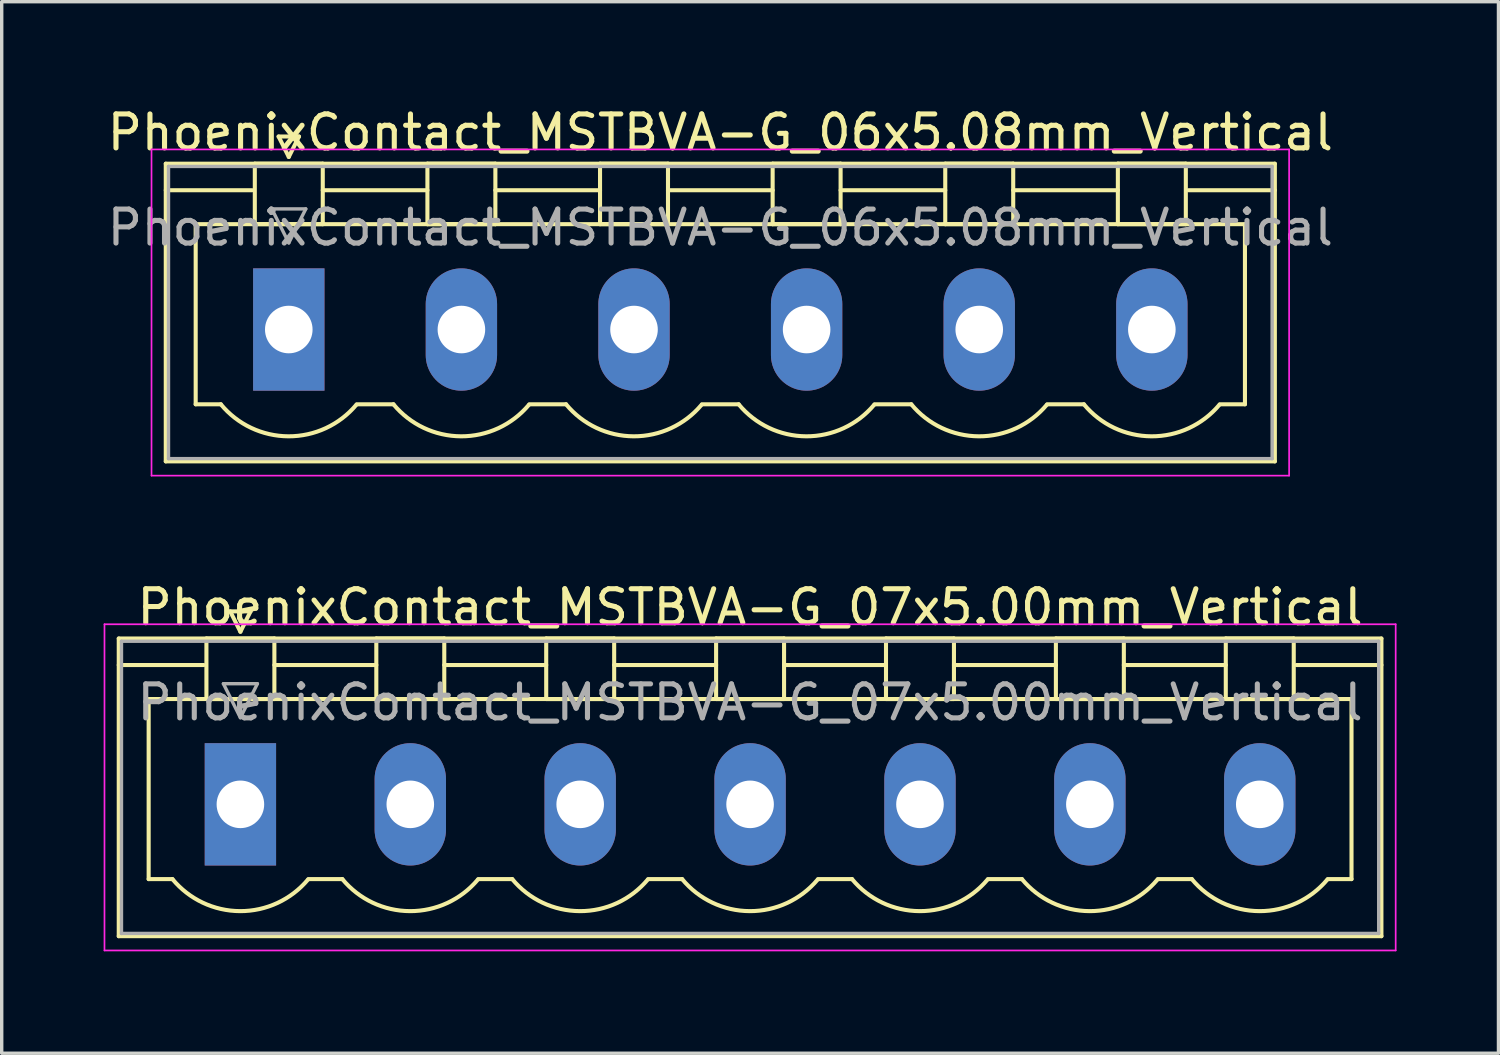
<source format=kicad_pcb>
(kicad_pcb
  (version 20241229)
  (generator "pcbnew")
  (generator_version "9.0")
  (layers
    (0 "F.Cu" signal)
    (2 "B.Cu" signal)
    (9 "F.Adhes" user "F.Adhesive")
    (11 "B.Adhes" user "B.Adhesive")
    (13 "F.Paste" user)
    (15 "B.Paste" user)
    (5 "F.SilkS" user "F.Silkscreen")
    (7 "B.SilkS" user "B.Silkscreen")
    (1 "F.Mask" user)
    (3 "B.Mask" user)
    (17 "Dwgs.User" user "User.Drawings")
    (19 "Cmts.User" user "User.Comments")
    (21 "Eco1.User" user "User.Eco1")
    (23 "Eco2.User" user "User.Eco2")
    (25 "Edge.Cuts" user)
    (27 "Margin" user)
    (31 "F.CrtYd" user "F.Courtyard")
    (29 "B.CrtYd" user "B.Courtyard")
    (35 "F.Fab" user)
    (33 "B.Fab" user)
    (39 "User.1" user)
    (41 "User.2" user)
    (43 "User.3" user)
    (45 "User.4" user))
  (footprint "PhoenixContact_MSTBVA-G_07x5.00mm_Vertical"
    (layer "F.Cu")
    (at 4.025 20.622)
    (property "Reference" "PhoenixContact_MSTBVA-G_07x5.00mm_Vertical" (at 15 -5.8 0) (layer "F.SilkS") (effects (font (size 1 1) (thickness 0.15))))
    (attr through_hole)
    (fp_line (start -3.58 -4.88) (end -3.58 3.88) (stroke (width 0.12) (type solid)) (layer "F.SilkS"))
    (fp_line (start -3.58 -4.1) (end -1.08 -4.1) (stroke (width 0.12) (type solid)) (layer "F.SilkS"))
    (fp_line (start -3.58 3.88) (end 33.58 3.88) (stroke (width 0.12) (type solid)) (layer "F.SilkS"))
    (fp_line (start -2.7 -3.1) (end 32.7 -3.1) (stroke (width 0.12) (type solid)) (layer "F.SilkS"))
    (fp_line (start -2.7 2.2) (end -2.7 -3.1) (stroke (width 0.12) (type solid)) (layer "F.SilkS"))
    (fp_line (start -2 2.2) (end -2.7 2.2) (stroke (width 0.12) (type solid)) (layer "F.SilkS"))
    (fp_line (start -1 -4.88) (end 1 -4.88) (stroke (width 0.12) (type solid)) (layer "F.SilkS"))
    (fp_line (start -1 -3.1) (end -1 -4.88) (stroke (width 0.12) (type solid)) (layer "F.SilkS"))
    (fp_line (start -0.3 -5.68) (end 0.3 -5.68) (stroke (width 0.12) (type solid)) (layer "F.SilkS"))
    (fp_line (start 0 -5.08) (end -0.3 -5.68) (stroke (width 0.12) (type solid)) (layer "F.SilkS"))
    (fp_line (start 0.3 -5.68) (end 0 -5.08) (stroke (width 0.12) (type solid)) (layer "F.SilkS"))
    (fp_line (start 1 -4.88) (end 1 -3.1) (stroke (width 0.12) (type solid)) (layer "F.SilkS"))
    (fp_line (start 1 -4.1) (end 4 -4.1) (stroke (width 0.12) (type solid)) (layer "F.SilkS"))
    (fp_line (start 1 -3.1) (end -1 -3.1) (stroke (width 0.12) (type solid)) (layer "F.SilkS"))
    (fp_line (start 2 2.2) (end 3 2.2) (stroke (width 0.12) (type solid)) (layer "F.SilkS"))
    (fp_line (start 4 -4.88) (end 6 -4.88) (stroke (width 0.12) (type solid)) (layer "F.SilkS"))
    (fp_line (start 4 -3.1) (end 4 -4.88) (stroke (width 0.12) (type solid)) (layer "F.SilkS"))
    (fp_line (start 6 -4.88) (end 6 -3.1) (stroke (width 0.12) (type solid)) (layer "F.SilkS"))
    (fp_line (start 6 -4.1) (end 9 -4.1) (stroke (width 0.12) (type solid)) (layer "F.SilkS"))
    (fp_line (start 6 -3.1) (end 4 -3.1) (stroke (width 0.12) (type solid)) (layer "F.SilkS"))
    (fp_line (start 7 2.2) (end 8 2.2) (stroke (width 0.12) (type solid)) (layer "F.SilkS"))
    (fp_line (start 9 -4.88) (end 11 -4.88) (stroke (width 0.12) (type solid)) (layer "F.SilkS"))
    (fp_line (start 9 -3.1) (end 9 -4.88) (stroke (width 0.12) (type solid)) (layer "F.SilkS"))
    (fp_line (start 11 -4.88) (end 11 -3.1) (stroke (width 0.12) (type solid)) (layer "F.SilkS"))
    (fp_line (start 11 -4.1) (end 14 -4.1) (stroke (width 0.12) (type solid)) (layer "F.SilkS"))
    (fp_line (start 11 -3.1) (end 9 -3.1) (stroke (width 0.12) (type solid)) (layer "F.SilkS"))
    (fp_line (start 12 2.2) (end 13 2.2) (stroke (width 0.12) (type solid)) (layer "F.SilkS"))
    (fp_line (start 14 -4.88) (end 16 -4.88) (stroke (width 0.12) (type solid)) (layer "F.SilkS"))
    (fp_line (start 14 -3.1) (end 14 -4.88) (stroke (width 0.12) (type solid)) (layer "F.SilkS"))
    (fp_line (start 16 -4.88) (end 16 -3.1) (stroke (width 0.12) (type solid)) (layer "F.SilkS"))
    (fp_line (start 16 -4.1) (end 19 -4.1) (stroke (width 0.12) (type solid)) (layer "F.SilkS"))
    (fp_line (start 16 -3.1) (end 14 -3.1) (stroke (width 0.12) (type solid)) (layer "F.SilkS"))
    (fp_line (start 17 2.2) (end 18 2.2) (stroke (width 0.12) (type solid)) (layer "F.SilkS"))
    (fp_line (start 19 -4.88) (end 21 -4.88) (stroke (width 0.12) (type solid)) (layer "F.SilkS"))
    (fp_line (start 19 -3.1) (end 19 -4.88) (stroke (width 0.12) (type solid)) (layer "F.SilkS"))
    (fp_line (start 21 -4.88) (end 21 -3.1) (stroke (width 0.12) (type solid)) (layer "F.SilkS"))
    (fp_line (start 21 -4.1) (end 24 -4.1) (stroke (width 0.12) (type solid)) (layer "F.SilkS"))
    (fp_line (start 21 -3.1) (end 19 -3.1) (stroke (width 0.12) (type solid)) (layer "F.SilkS"))
    (fp_line (start 22 2.2) (end 23 2.2) (stroke (width 0.12) (type solid)) (layer "F.SilkS"))
    (fp_line (start 24 -4.88) (end 26 -4.88) (stroke (width 0.12) (type solid)) (layer "F.SilkS"))
    (fp_line (start 24 -3.1) (end 24 -4.88) (stroke (width 0.12) (type solid)) (layer "F.SilkS"))
    (fp_line (start 26 -4.88) (end 26 -3.1) (stroke (width 0.12) (type solid)) (layer "F.SilkS"))
    (fp_line (start 26 -4.1) (end 29 -4.1) (stroke (width 0.12) (type solid)) (layer "F.SilkS"))
    (fp_line (start 26 -3.1) (end 24 -3.1) (stroke (width 0.12) (type solid)) (layer "F.SilkS"))
    (fp_line (start 27 2.2) (end 28 2.2) (stroke (width 0.12) (type solid)) (layer "F.SilkS"))
    (fp_line (start 29 -4.88) (end 31 -4.88) (stroke (width 0.12) (type solid)) (layer "F.SilkS"))
    (fp_line (start 29 -3.1) (end 29 -4.88) (stroke (width 0.12) (type solid)) (layer "F.SilkS"))
    (fp_line (start 31 -4.88) (end 31 -3.1) (stroke (width 0.12) (type solid)) (layer "F.SilkS"))
    (fp_line (start 31 -3.1) (end 29 -3.1) (stroke (width 0.12) (type solid)) (layer "F.SilkS"))
    (fp_line (start 32.7 -3.1) (end 32.7 2.2) (stroke (width 0.12) (type solid)) (layer "F.SilkS"))
    (fp_line (start 32.7 2.2) (end 32 2.2) (stroke (width 0.12) (type solid)) (layer "F.SilkS"))
    (fp_line (start 33.58 -4.88) (end -3.58 -4.88) (stroke (width 0.12) (type solid)) (layer "F.SilkS"))
    (fp_line (start 33.58 -4.1) (end 31.08 -4.1) (stroke (width 0.12) (type solid)) (layer "F.SilkS"))
    (fp_line (start 33.58 3.88) (end 33.58 -4.88) (stroke (width 0.12) (type solid)) (layer "F.SilkS"))
    (fp_arc (start 1.986842 2.215821) (mid -0.010289 3.142758) (end -2 2.2) (stroke (width 0.12) (type solid)) (layer "F.SilkS"))
    (fp_arc (start 6.986842 2.215821) (mid 4.989711 3.142758) (end 3 2.2) (stroke (width 0.12) (type solid)) (layer "F.SilkS"))
    (fp_arc (start 11.986842 2.215821) (mid 9.989711 3.142758) (end 8 2.2) (stroke (width 0.12) (type solid)) (layer "F.SilkS"))
    (fp_arc (start 16.986842 2.215821) (mid 14.989711 3.142758) (end 13 2.2) (stroke (width 0.12) (type solid)) (layer "F.SilkS"))
    (fp_arc (start 21.986842 2.215821) (mid 19.989711 3.142758) (end 18 2.2) (stroke (width 0.12) (type solid)) (layer "F.SilkS"))
    (fp_arc (start 26.986842 2.215821) (mid 24.989711 3.142758) (end 23 2.2) (stroke (width 0.12) (type solid)) (layer "F.SilkS"))
    (fp_arc (start 31.986842 2.215821) (mid 29.989711 3.142758) (end 28 2.2) (stroke (width 0.12) (type solid)) (layer "F.SilkS"))
    (fp_line (start -4 -5.3) (end -4 4.3) (stroke (width 0.05) (type solid)) (layer "F.CrtYd"))
    (fp_line (start -4 4.3) (end 34 4.3) (stroke (width 0.05) (type solid)) (layer "F.CrtYd"))
    (fp_line (start 34 -5.3) (end -4 -5.3) (stroke (width 0.05) (type solid)) (layer "F.CrtYd"))
    (fp_line (start 34 4.3) (end 34 -5.3) (stroke (width 0.05) (type solid)) (layer "F.CrtYd"))
    (fp_line (start -3.5 -4.8) (end -3.5 3.8) (stroke (width 0.1) (type solid)) (layer "F.Fab"))
    (fp_line (start -3.5 3.8) (end 33.5 3.8) (stroke (width 0.1) (type solid)) (layer "F.Fab"))
    (fp_line (start -0.5 -3.55) (end 0.5 -3.55) (stroke (width 0.1) (type solid)) (layer "F.Fab"))
    (fp_line (start 0 -2.55) (end -0.5 -3.55) (stroke (width 0.1) (type solid)) (layer "F.Fab"))
    (fp_line (start 0.5 -3.55) (end 0 -2.55) (stroke (width 0.1) (type solid)) (layer "F.Fab"))
    (fp_line (start 33.5 -4.8) (end -3.5 -4.8) (stroke (width 0.1) (type solid)) (layer "F.Fab"))
    (fp_line (start 33.5 3.8) (end 33.5 -4.8) (stroke (width 0.1) (type solid)) (layer "F.Fab"))
    (fp_text user "${REFERENCE}" (at 15 -3 0) (layer "F.Fab") (effects (font (size 1 1) (thickness 0.15))))
    (pad "1" thru_hole rect (at 0 0) (size 2.1 3.6) (drill 1.4) (layers "*.Cu" "*.Mask"))
    (pad "2" thru_hole oval (at 5 0) (size 2.1 3.6) (drill 1.4) (layers "*.Cu" "*.Mask"))
    (pad "3" thru_hole oval (at 10 0) (size 2.1 3.6) (drill 1.4) (layers "*.Cu" "*.Mask"))
    (pad "4" thru_hole oval (at 15 0) (size 2.1 3.6) (drill 1.4) (layers "*.Cu" "*.Mask"))
    (pad "5" thru_hole oval (at 20 0) (size 2.1 3.6) (drill 1.4) (layers "*.Cu" "*.Mask"))
    (pad "6" thru_hole oval (at 25 0) (size 2.1 3.6) (drill 1.4) (layers "*.Cu" "*.Mask"))
    (pad "7" thru_hole oval (at 30 0) (size 2.1 3.6) (drill 1.4) (layers "*.Cu" "*.Mask")))
  (footprint "PhoenixContact_MSTBVA-G_06x5.08mm_Vertical"
    (layer "F.Cu")
    (at 5.449 6.648)
    (property "Reference" "PhoenixContact_MSTBVA-G_06x5.08mm_Vertical" (at 12.7 -5.8 0) (layer "F.SilkS") (effects (font (size 1 1) (thickness 0.15))))
    (attr through_hole)
    (fp_line (start -3.62 -4.88) (end -3.62 3.88) (stroke (width 0.12) (type solid)) (layer "F.SilkS"))
    (fp_line (start -3.62 -4.1) (end -1.08 -4.1) (stroke (width 0.12) (type solid)) (layer "F.SilkS"))
    (fp_line (start -3.62 3.88) (end 29.02 3.88) (stroke (width 0.12) (type solid)) (layer "F.SilkS"))
    (fp_line (start -2.74 -3.1) (end 28.14 -3.1) (stroke (width 0.12) (type solid)) (layer "F.SilkS"))
    (fp_line (start -2.74 2.2) (end -2.74 -3.1) (stroke (width 0.12) (type solid)) (layer "F.SilkS"))
    (fp_line (start -2 2.2) (end -2.74 2.2) (stroke (width 0.12) (type solid)) (layer "F.SilkS"))
    (fp_line (start -1 -4.88) (end 1 -4.88) (stroke (width 0.12) (type solid)) (layer "F.SilkS"))
    (fp_line (start -1 -3.1) (end -1 -4.88) (stroke (width 0.12) (type solid)) (layer "F.SilkS"))
    (fp_line (start -0.3 -5.68) (end 0.3 -5.68) (stroke (width 0.12) (type solid)) (layer "F.SilkS"))
    (fp_line (start 0 -5.08) (end -0.3 -5.68) (stroke (width 0.12) (type solid)) (layer "F.SilkS"))
    (fp_line (start 0.3 -5.68) (end 0 -5.08) (stroke (width 0.12) (type solid)) (layer "F.SilkS"))
    (fp_line (start 1 -4.88) (end 1 -3.1) (stroke (width 0.12) (type solid)) (layer "F.SilkS"))
    (fp_line (start 1 -4.1) (end 4.08 -4.1) (stroke (width 0.12) (type solid)) (layer "F.SilkS"))
    (fp_line (start 1 -3.1) (end -1 -3.1) (stroke (width 0.12) (type solid)) (layer "F.SilkS"))
    (fp_line (start 2 2.2) (end 3.08 2.2) (stroke (width 0.12) (type solid)) (layer "F.SilkS"))
    (fp_line (start 4.08 -4.88) (end 6.08 -4.88) (stroke (width 0.12) (type solid)) (layer "F.SilkS"))
    (fp_line (start 4.08 -3.1) (end 4.08 -4.88) (stroke (width 0.12) (type solid)) (layer "F.SilkS"))
    (fp_line (start 6.08 -4.88) (end 6.08 -3.1) (stroke (width 0.12) (type solid)) (layer "F.SilkS"))
    (fp_line (start 6.08 -4.1) (end 9.16 -4.1) (stroke (width 0.12) (type solid)) (layer "F.SilkS"))
    (fp_line (start 6.08 -3.1) (end 4.08 -3.1) (stroke (width 0.12) (type solid)) (layer "F.SilkS"))
    (fp_line (start 7.08 2.2) (end 8.16 2.2) (stroke (width 0.12) (type solid)) (layer "F.SilkS"))
    (fp_line (start 9.16 -4.88) (end 11.16 -4.88) (stroke (width 0.12) (type solid)) (layer "F.SilkS"))
    (fp_line (start 9.16 -3.1) (end 9.16 -4.88) (stroke (width 0.12) (type solid)) (layer "F.SilkS"))
    (fp_line (start 11.16 -4.88) (end 11.16 -3.1) (stroke (width 0.12) (type solid)) (layer "F.SilkS"))
    (fp_line (start 11.16 -4.1) (end 14.24 -4.1) (stroke (width 0.12) (type solid)) (layer "F.SilkS"))
    (fp_line (start 11.16 -3.1) (end 9.16 -3.1) (stroke (width 0.12) (type solid)) (layer "F.SilkS"))
    (fp_line (start 12.16 2.2) (end 13.24 2.2) (stroke (width 0.12) (type solid)) (layer "F.SilkS"))
    (fp_line (start 14.24 -4.88) (end 16.24 -4.88) (stroke (width 0.12) (type solid)) (layer "F.SilkS"))
    (fp_line (start 14.24 -3.1) (end 14.24 -4.88) (stroke (width 0.12) (type solid)) (layer "F.SilkS"))
    (fp_line (start 16.24 -4.88) (end 16.24 -3.1) (stroke (width 0.12) (type solid)) (layer "F.SilkS"))
    (fp_line (start 16.24 -4.1) (end 19.32 -4.1) (stroke (width 0.12) (type solid)) (layer "F.SilkS"))
    (fp_line (start 16.24 -3.1) (end 14.24 -3.1) (stroke (width 0.12) (type solid)) (layer "F.SilkS"))
    (fp_line (start 17.24 2.2) (end 18.32 2.2) (stroke (width 0.12) (type solid)) (layer "F.SilkS"))
    (fp_line (start 19.32 -4.88) (end 21.32 -4.88) (stroke (width 0.12) (type solid)) (layer "F.SilkS"))
    (fp_line (start 19.32 -3.1) (end 19.32 -4.88) (stroke (width 0.12) (type solid)) (layer "F.SilkS"))
    (fp_line (start 21.32 -4.88) (end 21.32 -3.1) (stroke (width 0.12) (type solid)) (layer "F.SilkS"))
    (fp_line (start 21.32 -4.1) (end 24.4 -4.1) (stroke (width 0.12) (type solid)) (layer "F.SilkS"))
    (fp_line (start 21.32 -3.1) (end 19.32 -3.1) (stroke (width 0.12) (type solid)) (layer "F.SilkS"))
    (fp_line (start 22.32 2.2) (end 23.4 2.2) (stroke (width 0.12) (type solid)) (layer "F.SilkS"))
    (fp_line (start 24.4 -4.88) (end 26.4 -4.88) (stroke (width 0.12) (type solid)) (layer "F.SilkS"))
    (fp_line (start 24.4 -3.1) (end 24.4 -4.88) (stroke (width 0.12) (type solid)) (layer "F.SilkS"))
    (fp_line (start 26.4 -4.88) (end 26.4 -3.1) (stroke (width 0.12) (type solid)) (layer "F.SilkS"))
    (fp_line (start 26.4 -3.1) (end 24.4 -3.1) (stroke (width 0.12) (type solid)) (layer "F.SilkS"))
    (fp_line (start 28.14 -3.1) (end 28.14 2.2) (stroke (width 0.12) (type solid)) (layer "F.SilkS"))
    (fp_line (start 28.14 2.2) (end 27.4 2.2) (stroke (width 0.12) (type solid)) (layer "F.SilkS"))
    (fp_line (start 29.02 -4.88) (end -3.62 -4.88) (stroke (width 0.12) (type solid)) (layer "F.SilkS"))
    (fp_line (start 29.02 -4.1) (end 26.48 -4.1) (stroke (width 0.12) (type solid)) (layer "F.SilkS"))
    (fp_line (start 29.02 3.88) (end 29.02 -4.88) (stroke (width 0.12) (type solid)) (layer "F.SilkS"))
    (fp_arc (start 1.986842 2.215821) (mid -0.010289 3.142758) (end -2 2.2) (stroke (width 0.12) (type solid)) (layer "F.SilkS"))
    (fp_arc (start 7.066842 2.215821) (mid 5.069711 3.142758) (end 3.08 2.2) (stroke (width 0.12) (type solid)) (layer "F.SilkS"))
    (fp_arc (start 12.146842 2.215821) (mid 10.149711 3.142758) (end 8.16 2.2) (stroke (width 0.12) (type solid)) (layer "F.SilkS"))
    (fp_arc (start 17.226842 2.215821) (mid 15.229711 3.142758) (end 13.24 2.2) (stroke (width 0.12) (type solid)) (layer "F.SilkS"))
    (fp_arc (start 22.306842 2.215821) (mid 20.309711 3.142758) (end 18.32 2.2) (stroke (width 0.12) (type solid)) (layer "F.SilkS"))
    (fp_arc (start 27.386842 2.215821) (mid 25.389711 3.142758) (end 23.4 2.2) (stroke (width 0.12) (type solid)) (layer "F.SilkS"))
    (fp_line (start -4.04 -5.3) (end -4.04 4.3) (stroke (width 0.05) (type solid)) (layer "F.CrtYd"))
    (fp_line (start -4.04 4.3) (end 29.44 4.3) (stroke (width 0.05) (type solid)) (layer "F.CrtYd"))
    (fp_line (start 29.44 -5.3) (end -4.04 -5.3) (stroke (width 0.05) (type solid)) (layer "F.CrtYd"))
    (fp_line (start 29.44 4.3) (end 29.44 -5.3) (stroke (width 0.05) (type solid)) (layer "F.CrtYd"))
    (fp_line (start -3.54 -4.8) (end -3.54 3.8) (stroke (width 0.1) (type solid)) (layer "F.Fab"))
    (fp_line (start -3.54 3.8) (end 28.94 3.8) (stroke (width 0.1) (type solid)) (layer "F.Fab"))
    (fp_line (start -0.5 -3.55) (end 0.5 -3.55) (stroke (width 0.1) (type solid)) (layer "F.Fab"))
    (fp_line (start 0 -2.55) (end -0.5 -3.55) (stroke (width 0.1) (type solid)) (layer "F.Fab"))
    (fp_line (start 0.5 -3.55) (end 0 -2.55) (stroke (width 0.1) (type solid)) (layer "F.Fab"))
    (fp_line (start 28.94 -4.8) (end -3.54 -4.8) (stroke (width 0.1) (type solid)) (layer "F.Fab"))
    (fp_line (start 28.94 3.8) (end 28.94 -4.8) (stroke (width 0.1) (type solid)) (layer "F.Fab"))
    (fp_text user "${REFERENCE}" (at 12.7 -3 0) (layer "F.Fab") (effects (font (size 1 1) (thickness 0.15))))
    (pad "1" thru_hole rect (at 0 0) (size 2.1 3.6) (drill 1.4) (layers "*.Cu" "*.Mask"))
    (pad "2" thru_hole oval (at 5.08 0) (size 2.1 3.6) (drill 1.4) (layers "*.Cu" "*.Mask"))
    (pad "3" thru_hole oval (at 10.16 0) (size 2.1 3.6) (drill 1.4) (layers "*.Cu" "*.Mask"))
    (pad "4" thru_hole oval (at 15.24 0) (size 2.1 3.6) (drill 1.4) (layers "*.Cu" "*.Mask"))
    (pad "5" thru_hole oval (at 20.32 0) (size 2.1 3.6) (drill 1.4) (layers "*.Cu" "*.Mask"))
    (pad "6" thru_hole oval (at 25.4 0) (size 2.1 3.6) (drill 1.4) (layers "*.Cu" "*.Mask")))
  (gr_rect
    (start -3 -3)
    (end 41.05 27.947)
    (stroke (width 0.1) (type default))
    (fill no)
    (layer "Edge.Cuts")))
</source>
